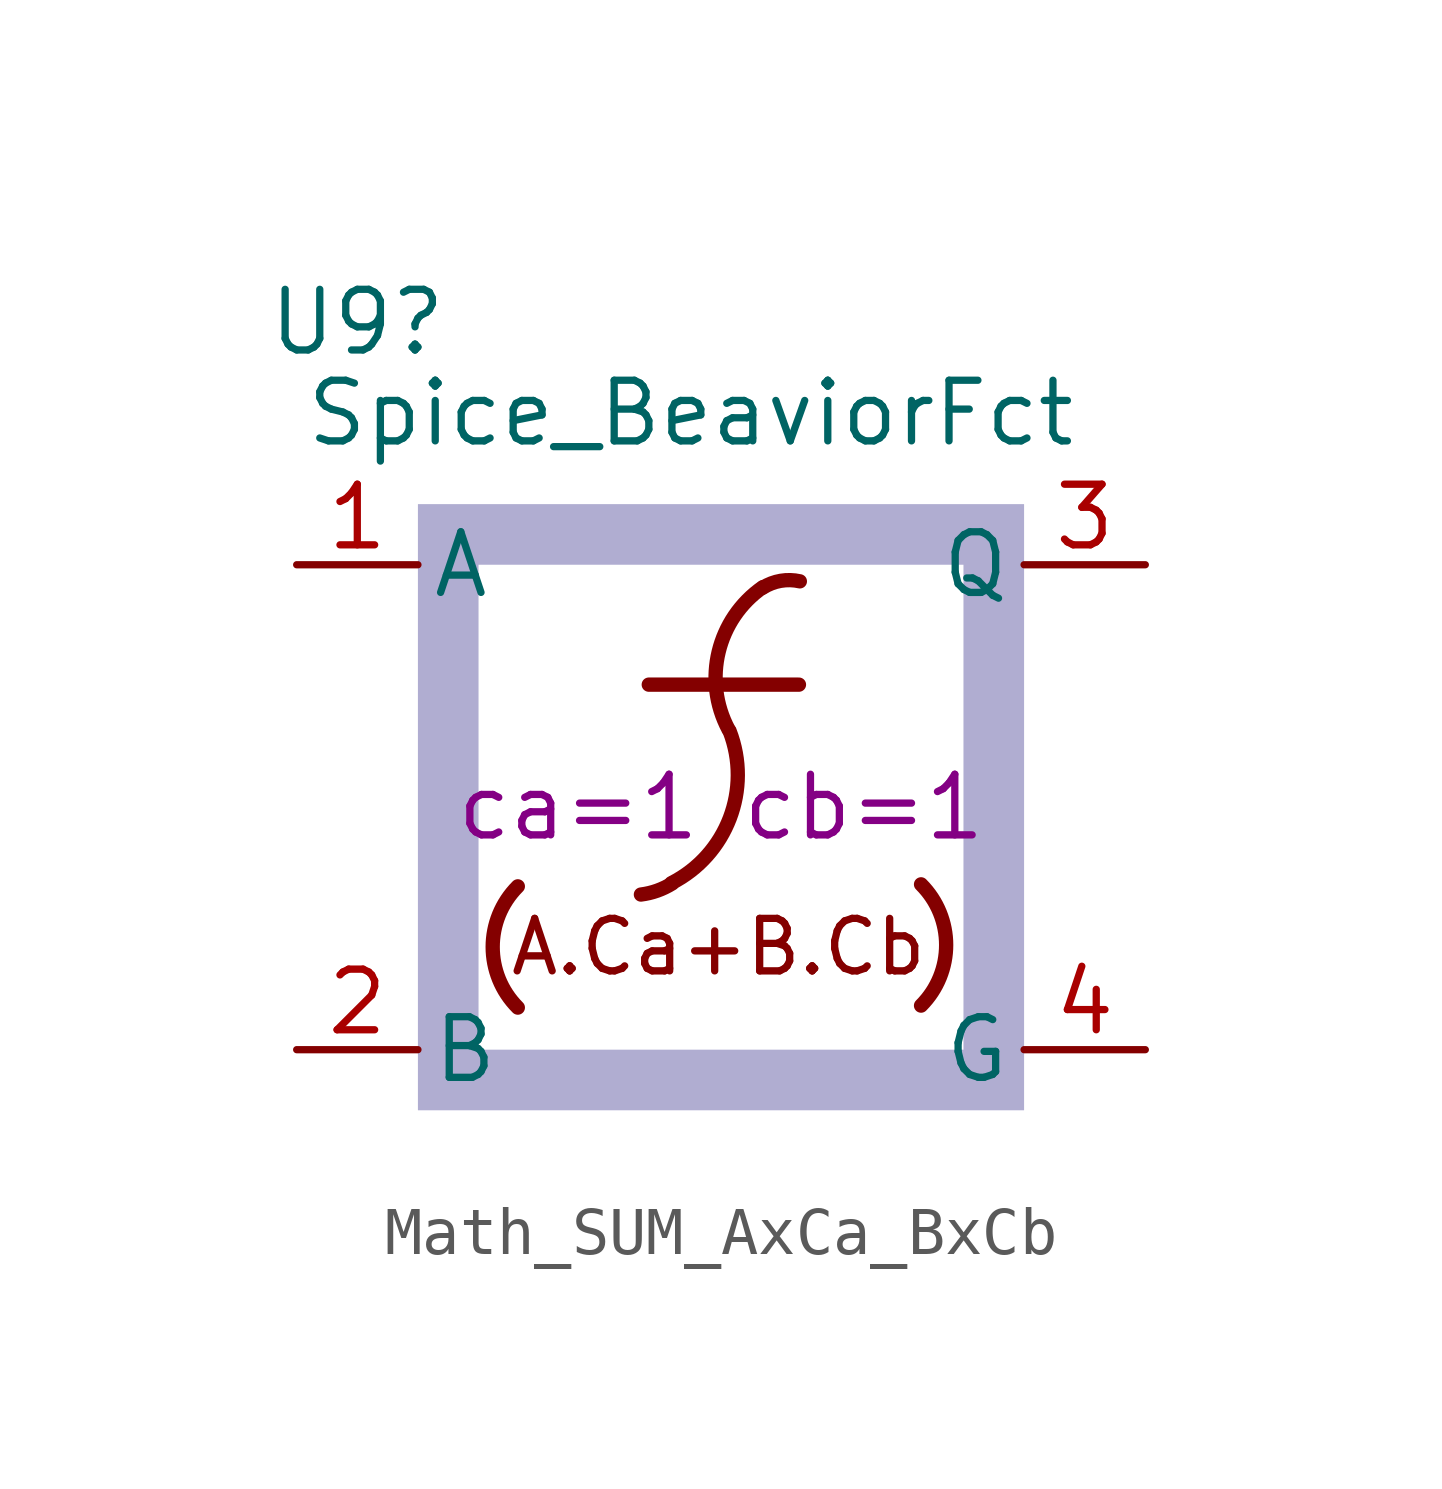
<source format=kicad_sym>
(kicad_symbol_lib
  (version 20220914)
  (generator kicad_symbol_editor)
  (symbol "Math_SUM_AxCa_BxCb"
    (pin_names
      (offset 0.254))
    (property "Reference" "U9"
      (at -7.62 10.16 0)
      (effects (font (size 1.27 1.27))))
    (property "Value" "Spice_BeaviorFct"
      (at -0.635 8.255 0)
      (effects (font (size 1.27 1.27))))
    (property "Sim.Params" "ca=1 cb=1"
      (at 0 0 0)
      (effects (font (size 1.27 1.27))))
    (symbol "Math_SUM_AxCa_BxCb_1_1"
      (rectangle (start -6.35 6.35) (end 6.35 -6.35) (stroke (width -0.0001) (type default)) (fill (type none)))
      (arc (start -4.2572 -1.6583) (mid -4.7832 -2.9283) (end -4.2572 -4.1983) (stroke (width 0.3) (type default)) (fill (type none)))
      (arc (start -1.6778 -1.829) (mid -1.3371 -1.7487) (end -1.022 -1.5967) (stroke (width 0.3) (type default)) (fill (type none)))
      (arc (start -1.0385 -1.5907) (mid 0.1839 -0.2319) (end 0.1799 1.5964) (stroke (width 0.3) (type default)) (fill (type none)))
      (polyline (pts (xy -1.513 2.568) (xy 1.633 2.568)) (stroke (width 0.3) (type default)) (fill (type none)))
      (polyline (pts (xy -6.35 6.35) (xy 6.35 6.35) (xy 6.35 -6.35) (xy -5.08 -6.35) (xy -5.08 -5.08) (xy 5.08 -5.08) (xy 5.08 5.08) (xy -5.08 5.08) (xy -5.08 -6.35) (xy -6.35 -6.35)) (stroke (width -0.0001) (type default)) (fill (type color) (color 149 146 194 0.749)))
      (arc (start 0.1076 2.5136) (mid 0.1076 2.5136) (end 0.1076 2.5136) (stroke (width 0) (type default)) (fill (type none)))
      (arc (start 0.8798 4.6121) (mid -0.0488 3.2574) (end 0.1562 1.6304) (stroke (width 0.3) (type default)) (fill (type none)))
      (arc (start 1.6523 4.7346) (mid 1.2502 4.7433) (end 0.8748 4.5991) (stroke (width 0.3) (type default)) (fill (type none)))
      (arc (start 4.1914 -4.1564) (mid 4.7174 -2.8864) (end 4.1914 -1.6164) (stroke (width 0.3) (type default)) (fill (type none)))
      (text "A.Ca+B.Cb" (at -0.054 -2.928 0) (effects (font (size 1.1 1.1))))
      (pin passive line (at -8.89 5.08 0) (length 2.54) (name "A" (effects (font (size 1.27 1.27)))) (number "1" (effects (font (size 1.27 1.27)))))
      (pin input line (at -8.89 -5.08 0) (length 2.54) (name "B" (effects (font (size 1.27 1.27)))) (number "2" (effects (font (size 1.27 1.27)))))
      (pin passive line (at 8.89 5.08 180) (length 2.54) (name "Q" (effects (font (size 1.27 1.27)))) (number "3" (effects (font (size 1.27 1.27)))))
      (pin passive line (at 8.89 -5.08 180) (length 2.54) (name "G" (effects (font (size 1.27 1.27)))) (number "4" (effects (font (size 1.27 1.27))))))))
</source>
